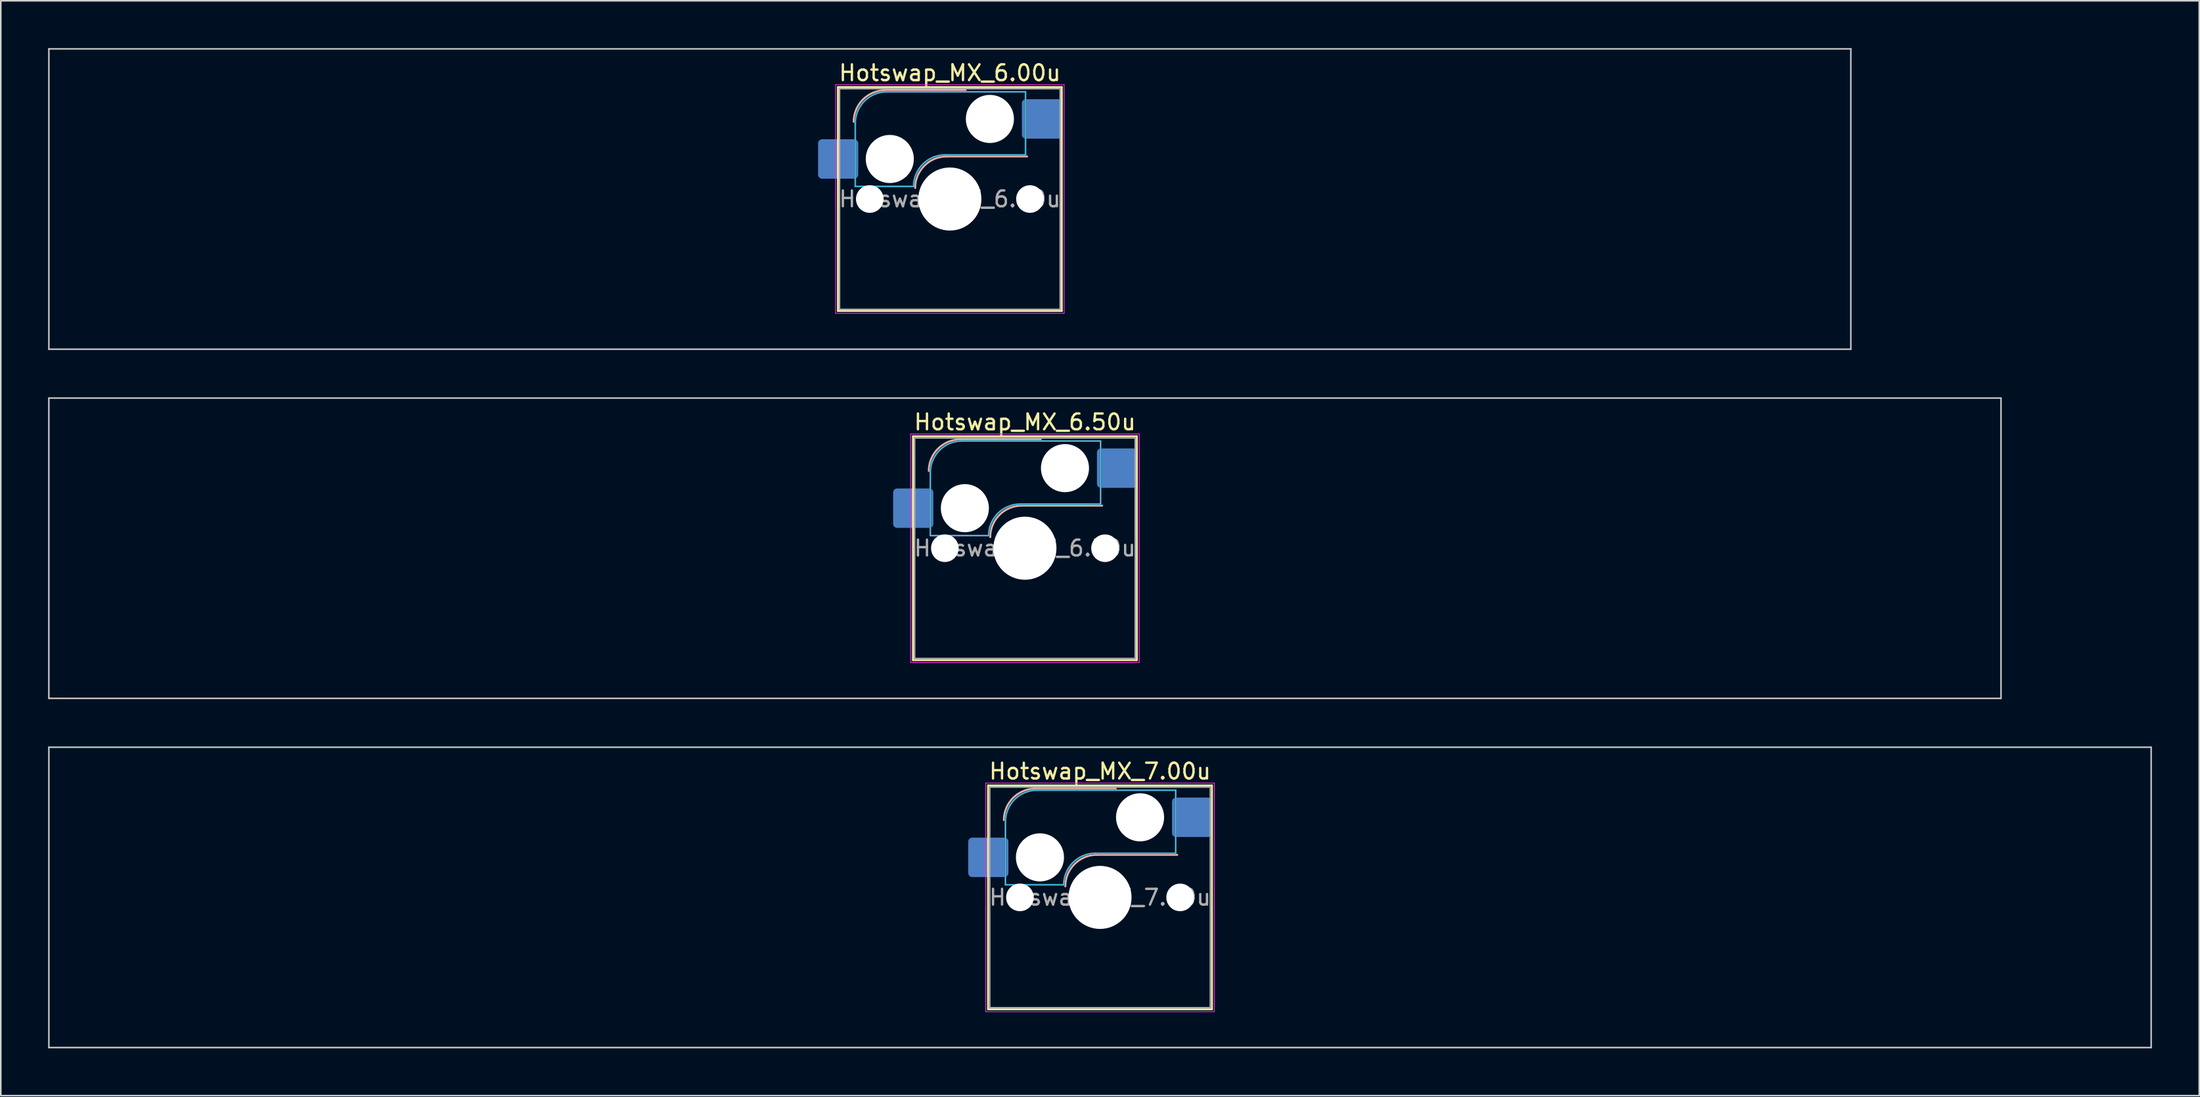
<source format=kicad_pcb>
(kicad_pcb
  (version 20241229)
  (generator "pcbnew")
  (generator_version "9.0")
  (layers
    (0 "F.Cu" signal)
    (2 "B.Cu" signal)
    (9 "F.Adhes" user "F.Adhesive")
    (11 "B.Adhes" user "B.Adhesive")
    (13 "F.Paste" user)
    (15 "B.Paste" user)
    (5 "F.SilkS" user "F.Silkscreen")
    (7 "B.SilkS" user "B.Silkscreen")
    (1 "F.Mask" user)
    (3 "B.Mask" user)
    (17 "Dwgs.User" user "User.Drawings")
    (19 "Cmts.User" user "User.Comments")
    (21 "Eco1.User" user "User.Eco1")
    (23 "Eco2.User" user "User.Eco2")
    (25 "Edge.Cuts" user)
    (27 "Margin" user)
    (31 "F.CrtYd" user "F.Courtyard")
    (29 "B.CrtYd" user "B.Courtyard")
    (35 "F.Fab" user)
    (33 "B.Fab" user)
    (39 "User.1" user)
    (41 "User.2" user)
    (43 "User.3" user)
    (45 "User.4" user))
  (footprint "Hotswap_MX_6.00u"
    (layer "F.Cu")
    (at 57.2 9.575)
    (property "Reference" "Hotswap_MX_6.00u" (at 0 -8 0) (layer "F.SilkS") (effects (font (size 1 1) (thickness 0.15))))
    (attr smd)
    (fp_line (start -7.1 -7.1) (end -7.1 7.1) (stroke (width 0.12) (type solid)) (layer "F.SilkS"))
    (fp_line (start -7.1 7.1) (end 7.1 7.1) (stroke (width 0.12) (type solid)) (layer "F.SilkS"))
    (fp_line (start 7.1 -7.1) (end -7.1 -7.1) (stroke (width 0.12) (type solid)) (layer "F.SilkS"))
    (fp_line (start 7.1 7.1) (end 7.1 -7.1) (stroke (width 0.12) (type solid)) (layer "F.SilkS"))
    (fp_line (start -4.1 -6.9) (end 1 -6.9) (stroke (width 0.12) (type solid)) (layer "B.SilkS"))
    (fp_line (start -0.2 -2.7) (end 4.9 -2.7) (stroke (width 0.12) (type solid)) (layer "B.SilkS"))
    (fp_arc (start -6.1 -4.9) (mid -5.514214 -6.314214) (end -4.1 -6.9) (stroke (width 0.12) (type solid)) (layer "B.SilkS"))
    (fp_arc (start -2.2 -0.7) (mid -1.614214 -2.114214) (end -0.2 -2.7) (stroke (width 0.12) (type solid)) (layer "B.SilkS"))
    (fp_line (start -57.15 -9.525) (end -57.15 9.525) (stroke (width 0.1) (type solid)) (layer "Dwgs.User"))
    (fp_line (start -57.15 9.525) (end 57.15 9.525) (stroke (width 0.1) (type solid)) (layer "Dwgs.User"))
    (fp_line (start 57.15 -9.525) (end -57.15 -9.525) (stroke (width 0.1) (type solid)) (layer "Dwgs.User"))
    (fp_line (start 57.15 9.525) (end 57.15 -9.525) (stroke (width 0.1) (type solid)) (layer "Dwgs.User"))
    (fp_line (start -7.8 -6) (end -7 -6) (stroke (width 0.1) (type solid)) (layer "Eco1.User"))
    (fp_line (start -7.8 -2.9) (end -7.8 -6) (stroke (width 0.1) (type solid)) (layer "Eco1.User"))
    (fp_line (start -7.8 2.9) (end -7 2.9) (stroke (width 0.1) (type solid)) (layer "Eco1.User"))
    (fp_line (start -7.8 6) (end -7.8 2.9) (stroke (width 0.1) (type solid)) (layer "Eco1.User"))
    (fp_line (start -7 -7) (end 7 -7) (stroke (width 0.1) (type solid)) (layer "Eco1.User"))
    (fp_line (start -7 -6) (end -7 -7) (stroke (width 0.1) (type solid)) (layer "Eco1.User"))
    (fp_line (start -7 -2.9) (end -7.8 -2.9) (stroke (width 0.1) (type solid)) (layer "Eco1.User"))
    (fp_line (start -7 2.9) (end -7 -2.9) (stroke (width 0.1) (type solid)) (layer "Eco1.User"))
    (fp_line (start -7 6) (end -7.8 6) (stroke (width 0.1) (type solid)) (layer "Eco1.User"))
    (fp_line (start -7 7) (end -7 6) (stroke (width 0.1) (type solid)) (layer "Eco1.User"))
    (fp_line (start 7 -7) (end 7 -6) (stroke (width 0.1) (type solid)) (layer "Eco1.User"))
    (fp_line (start 7 -6) (end 7.8 -6) (stroke (width 0.1) (type solid)) (layer "Eco1.User"))
    (fp_line (start 7 -2.9) (end 7 2.9) (stroke (width 0.1) (type solid)) (layer "Eco1.User"))
    (fp_line (start 7 2.9) (end 7.8 2.9) (stroke (width 0.1) (type solid)) (layer "Eco1.User"))
    (fp_line (start 7 6) (end 7 7) (stroke (width 0.1) (type solid)) (layer "Eco1.User"))
    (fp_line (start 7 7) (end -7 7) (stroke (width 0.1) (type solid)) (layer "Eco1.User"))
    (fp_line (start 7.8 -6) (end 7.8 -2.9) (stroke (width 0.1) (type solid)) (layer "Eco1.User"))
    (fp_line (start 7.8 -2.9) (end 7 -2.9) (stroke (width 0.1) (type solid)) (layer "Eco1.User"))
    (fp_line (start 7.8 2.9) (end 7.8 6) (stroke (width 0.1) (type solid)) (layer "Eco1.User"))
    (fp_line (start 7.8 6) (end 7 6) (stroke (width 0.1) (type solid)) (layer "Eco1.User"))
    (fp_line (start -6 -0.8) (end -6 -4.8) (stroke (width 0.05) (type solid)) (layer "B.CrtYd"))
    (fp_line (start -6 -0.8) (end -2.3 -0.8) (stroke (width 0.05) (type solid)) (layer "B.CrtYd"))
    (fp_line (start -4 -6.8) (end 4.8 -6.8) (stroke (width 0.05) (type solid)) (layer "B.CrtYd"))
    (fp_line (start -0.3 -2.8) (end 4.8 -2.8) (stroke (width 0.05) (type solid)) (layer "B.CrtYd"))
    (fp_line (start 4.8 -6.8) (end 4.8 -2.8) (stroke (width 0.05) (type solid)) (layer "B.CrtYd"))
    (fp_arc (start -6 -4.8) (mid -5.414214 -6.214214) (end -4 -6.8) (stroke (width 0.05) (type solid)) (layer "B.CrtYd"))
    (fp_arc (start -2.3 -0.8) (mid -1.714214 -2.214214) (end -0.3 -2.8) (stroke (width 0.05) (type solid)) (layer "B.CrtYd"))
    (fp_line (start -7.25 -7.25) (end -7.25 7.25) (stroke (width 0.05) (type solid)) (layer "F.CrtYd"))
    (fp_line (start -7.25 7.25) (end 7.25 7.25) (stroke (width 0.05) (type solid)) (layer "F.CrtYd"))
    (fp_line (start 7.25 -7.25) (end -7.25 -7.25) (stroke (width 0.05) (type solid)) (layer "F.CrtYd"))
    (fp_line (start 7.25 7.25) (end 7.25 -7.25) (stroke (width 0.05) (type solid)) (layer "F.CrtYd"))
    (fp_line (start -6 -0.8) (end -6 -4.8) (stroke (width 0.12) (type solid)) (layer "B.Fab"))
    (fp_line (start -6 -0.8) (end -2.3 -0.8) (stroke (width 0.12) (type solid)) (layer "B.Fab"))
    (fp_line (start -4 -6.8) (end 4.8 -6.8) (stroke (width 0.12) (type solid)) (layer "B.Fab"))
    (fp_line (start -0.3 -2.8) (end 4.8 -2.8) (stroke (width 0.12) (type solid)) (layer "B.Fab"))
    (fp_line (start 4.8 -6.8) (end 4.8 -2.8) (stroke (width 0.12) (type solid)) (layer "B.Fab"))
    (fp_arc (start -6 -4.8) (mid -5.414214 -6.214214) (end -4 -6.8) (stroke (width 0.12) (type solid)) (layer "B.Fab"))
    (fp_arc (start -2.3 -0.8) (mid -1.714214 -2.214214) (end -0.3 -2.8) (stroke (width 0.12) (type solid)) (layer "B.Fab"))
    (fp_line (start -7 -7) (end -7 7) (stroke (width 0.1) (type solid)) (layer "F.Fab"))
    (fp_line (start -7 7) (end 7 7) (stroke (width 0.1) (type solid)) (layer "F.Fab"))
    (fp_line (start 7 -7) (end -7 -7) (stroke (width 0.1) (type solid)) (layer "F.Fab"))
    (fp_line (start 7 7) (end 7 -7) (stroke (width 0.1) (type solid)) (layer "F.Fab"))
    (fp_text user "${REFERENCE}" (at 0 0 0) (layer "F.Fab") (effects (font (size 1 1) (thickness 0.15))))
    (pad "" np_thru_hole circle (at -5.08 0) (size 1.75 1.75) (drill 1.75) (layers "*.Cu" "*.Mask"))
    (pad "" np_thru_hole circle (at -3.81 -2.54) (size 3.05 3.05) (drill 3.05) (layers "*.Cu" "*.Mask"))
    (pad "" np_thru_hole circle (at 0 0) (size 4 4) (drill 4) (layers "*.Cu" "*.Mask"))
    (pad "" np_thru_hole circle (at 2.54 -5.08) (size 3.05 3.05) (drill 3.05) (layers "*.Cu" "*.Mask"))
    (pad "" np_thru_hole circle (at 5.08 0) (size 1.75 1.75) (drill 1.75) (layers "*.Cu" "*.Mask"))
    (pad "1" smd roundrect (at -7.085 -2.54) (size 2.55 2.5) (layers "B.Cu" "B.Mask" "B.Paste") (roundrect_rratio 0.1))
    (pad "2" smd roundrect (at 5.842 -5.08) (size 2.55 2.5) (layers "B.Cu" "B.Mask" "B.Paste") (roundrect_rratio 0.1)))
  (footprint "Hotswap_MX_6.50u"
    (layer "F.Cu")
    (at 61.962 31.725)
    (property "Reference" "Hotswap_MX_6.50u" (at 0 -8 0) (layer "F.SilkS") (effects (font (size 1 1) (thickness 0.15))))
    (attr smd)
    (fp_line (start -7.1 -7.1) (end -7.1 7.1) (stroke (width 0.12) (type solid)) (layer "F.SilkS"))
    (fp_line (start -7.1 7.1) (end 7.1 7.1) (stroke (width 0.12) (type solid)) (layer "F.SilkS"))
    (fp_line (start 7.1 -7.1) (end -7.1 -7.1) (stroke (width 0.12) (type solid)) (layer "F.SilkS"))
    (fp_line (start 7.1 7.1) (end 7.1 -7.1) (stroke (width 0.12) (type solid)) (layer "F.SilkS"))
    (fp_line (start -4.1 -6.9) (end 1 -6.9) (stroke (width 0.12) (type solid)) (layer "B.SilkS"))
    (fp_line (start -0.2 -2.7) (end 4.9 -2.7) (stroke (width 0.12) (type solid)) (layer "B.SilkS"))
    (fp_arc (start -6.1 -4.9) (mid -5.514214 -6.314214) (end -4.1 -6.9) (stroke (width 0.12) (type solid)) (layer "B.SilkS"))
    (fp_arc (start -2.2 -0.7) (mid -1.614214 -2.114214) (end -0.2 -2.7) (stroke (width 0.12) (type solid)) (layer "B.SilkS"))
    (fp_line (start -61.913 -9.525) (end -61.913 9.525) (stroke (width 0.1) (type solid)) (layer "Dwgs.User"))
    (fp_line (start -61.913 9.525) (end 61.913 9.525) (stroke (width 0.1) (type solid)) (layer "Dwgs.User"))
    (fp_line (start 61.913 -9.525) (end -61.913 -9.525) (stroke (width 0.1) (type solid)) (layer "Dwgs.User"))
    (fp_line (start 61.913 9.525) (end 61.913 -9.525) (stroke (width 0.1) (type solid)) (layer "Dwgs.User"))
    (fp_line (start -7.8 -6) (end -7 -6) (stroke (width 0.1) (type solid)) (layer "Eco1.User"))
    (fp_line (start -7.8 -2.9) (end -7.8 -6) (stroke (width 0.1) (type solid)) (layer "Eco1.User"))
    (fp_line (start -7.8 2.9) (end -7 2.9) (stroke (width 0.1) (type solid)) (layer "Eco1.User"))
    (fp_line (start -7.8 6) (end -7.8 2.9) (stroke (width 0.1) (type solid)) (layer "Eco1.User"))
    (fp_line (start -7 -7) (end 7 -7) (stroke (width 0.1) (type solid)) (layer "Eco1.User"))
    (fp_line (start -7 -6) (end -7 -7) (stroke (width 0.1) (type solid)) (layer "Eco1.User"))
    (fp_line (start -7 -2.9) (end -7.8 -2.9) (stroke (width 0.1) (type solid)) (layer "Eco1.User"))
    (fp_line (start -7 2.9) (end -7 -2.9) (stroke (width 0.1) (type solid)) (layer "Eco1.User"))
    (fp_line (start -7 6) (end -7.8 6) (stroke (width 0.1) (type solid)) (layer "Eco1.User"))
    (fp_line (start -7 7) (end -7 6) (stroke (width 0.1) (type solid)) (layer "Eco1.User"))
    (fp_line (start 7 -7) (end 7 -6) (stroke (width 0.1) (type solid)) (layer "Eco1.User"))
    (fp_line (start 7 -6) (end 7.8 -6) (stroke (width 0.1) (type solid)) (layer "Eco1.User"))
    (fp_line (start 7 -2.9) (end 7 2.9) (stroke (width 0.1) (type solid)) (layer "Eco1.User"))
    (fp_line (start 7 2.9) (end 7.8 2.9) (stroke (width 0.1) (type solid)) (layer "Eco1.User"))
    (fp_line (start 7 6) (end 7 7) (stroke (width 0.1) (type solid)) (layer "Eco1.User"))
    (fp_line (start 7 7) (end -7 7) (stroke (width 0.1) (type solid)) (layer "Eco1.User"))
    (fp_line (start 7.8 -6) (end 7.8 -2.9) (stroke (width 0.1) (type solid)) (layer "Eco1.User"))
    (fp_line (start 7.8 -2.9) (end 7 -2.9) (stroke (width 0.1) (type solid)) (layer "Eco1.User"))
    (fp_line (start 7.8 2.9) (end 7.8 6) (stroke (width 0.1) (type solid)) (layer "Eco1.User"))
    (fp_line (start 7.8 6) (end 7 6) (stroke (width 0.1) (type solid)) (layer "Eco1.User"))
    (fp_line (start -6 -0.8) (end -6 -4.8) (stroke (width 0.05) (type solid)) (layer "B.CrtYd"))
    (fp_line (start -6 -0.8) (end -2.3 -0.8) (stroke (width 0.05) (type solid)) (layer "B.CrtYd"))
    (fp_line (start -4 -6.8) (end 4.8 -6.8) (stroke (width 0.05) (type solid)) (layer "B.CrtYd"))
    (fp_line (start -0.3 -2.8) (end 4.8 -2.8) (stroke (width 0.05) (type solid)) (layer "B.CrtYd"))
    (fp_line (start 4.8 -6.8) (end 4.8 -2.8) (stroke (width 0.05) (type solid)) (layer "B.CrtYd"))
    (fp_arc (start -6 -4.8) (mid -5.414214 -6.214214) (end -4 -6.8) (stroke (width 0.05) (type solid)) (layer "B.CrtYd"))
    (fp_arc (start -2.3 -0.8) (mid -1.714214 -2.214214) (end -0.3 -2.8) (stroke (width 0.05) (type solid)) (layer "B.CrtYd"))
    (fp_line (start -7.25 -7.25) (end -7.25 7.25) (stroke (width 0.05) (type solid)) (layer "F.CrtYd"))
    (fp_line (start -7.25 7.25) (end 7.25 7.25) (stroke (width 0.05) (type solid)) (layer "F.CrtYd"))
    (fp_line (start 7.25 -7.25) (end -7.25 -7.25) (stroke (width 0.05) (type solid)) (layer "F.CrtYd"))
    (fp_line (start 7.25 7.25) (end 7.25 -7.25) (stroke (width 0.05) (type solid)) (layer "F.CrtYd"))
    (fp_line (start -6 -0.8) (end -6 -4.8) (stroke (width 0.12) (type solid)) (layer "B.Fab"))
    (fp_line (start -6 -0.8) (end -2.3 -0.8) (stroke (width 0.12) (type solid)) (layer "B.Fab"))
    (fp_line (start -4 -6.8) (end 4.8 -6.8) (stroke (width 0.12) (type solid)) (layer "B.Fab"))
    (fp_line (start -0.3 -2.8) (end 4.8 -2.8) (stroke (width 0.12) (type solid)) (layer "B.Fab"))
    (fp_line (start 4.8 -6.8) (end 4.8 -2.8) (stroke (width 0.12) (type solid)) (layer "B.Fab"))
    (fp_arc (start -6 -4.8) (mid -5.414214 -6.214214) (end -4 -6.8) (stroke (width 0.12) (type solid)) (layer "B.Fab"))
    (fp_arc (start -2.3 -0.8) (mid -1.714214 -2.214214) (end -0.3 -2.8) (stroke (width 0.12) (type solid)) (layer "B.Fab"))
    (fp_line (start -7 -7) (end -7 7) (stroke (width 0.1) (type solid)) (layer "F.Fab"))
    (fp_line (start -7 7) (end 7 7) (stroke (width 0.1) (type solid)) (layer "F.Fab"))
    (fp_line (start 7 -7) (end -7 -7) (stroke (width 0.1) (type solid)) (layer "F.Fab"))
    (fp_line (start 7 7) (end 7 -7) (stroke (width 0.1) (type solid)) (layer "F.Fab"))
    (fp_text user "${REFERENCE}" (at 0 0 0) (layer "F.Fab") (effects (font (size 1 1) (thickness 0.15))))
    (pad "" np_thru_hole circle (at -5.08 0) (size 1.75 1.75) (drill 1.75) (layers "*.Cu" "*.Mask"))
    (pad "" np_thru_hole circle (at -3.81 -2.54) (size 3.05 3.05) (drill 3.05) (layers "*.Cu" "*.Mask"))
    (pad "" np_thru_hole circle (at 0 0) (size 4 4) (drill 4) (layers "*.Cu" "*.Mask"))
    (pad "" np_thru_hole circle (at 2.54 -5.08) (size 3.05 3.05) (drill 3.05) (layers "*.Cu" "*.Mask"))
    (pad "" np_thru_hole circle (at 5.08 0) (size 1.75 1.75) (drill 1.75) (layers "*.Cu" "*.Mask"))
    (pad "1" smd roundrect (at -7.085 -2.54) (size 2.55 2.5) (layers "B.Cu" "B.Mask" "B.Paste") (roundrect_rratio 0.1))
    (pad "2" smd roundrect (at 5.842 -5.08) (size 2.55 2.5) (layers "B.Cu" "B.Mask" "B.Paste") (roundrect_rratio 0.1)))
  (footprint "Hotswap_MX_7.00u"
    (layer "F.Cu")
    (at 66.725 53.875)
    (property "Reference" "Hotswap_MX_7.00u" (at 0 -8 0) (layer "F.SilkS") (effects (font (size 1 1) (thickness 0.15))))
    (attr smd)
    (fp_line (start -7.1 -7.1) (end -7.1 7.1) (stroke (width 0.12) (type solid)) (layer "F.SilkS"))
    (fp_line (start -7.1 7.1) (end 7.1 7.1) (stroke (width 0.12) (type solid)) (layer "F.SilkS"))
    (fp_line (start 7.1 -7.1) (end -7.1 -7.1) (stroke (width 0.12) (type solid)) (layer "F.SilkS"))
    (fp_line (start 7.1 7.1) (end 7.1 -7.1) (stroke (width 0.12) (type solid)) (layer "F.SilkS"))
    (fp_line (start -4.1 -6.9) (end 1 -6.9) (stroke (width 0.12) (type solid)) (layer "B.SilkS"))
    (fp_line (start -0.2 -2.7) (end 4.9 -2.7) (stroke (width 0.12) (type solid)) (layer "B.SilkS"))
    (fp_arc (start -6.1 -4.9) (mid -5.514214 -6.314214) (end -4.1 -6.9) (stroke (width 0.12) (type solid)) (layer "B.SilkS"))
    (fp_arc (start -2.2 -0.7) (mid -1.614214 -2.114214) (end -0.2 -2.7) (stroke (width 0.12) (type solid)) (layer "B.SilkS"))
    (fp_line (start -66.675 -9.525) (end -66.675 9.525) (stroke (width 0.1) (type solid)) (layer "Dwgs.User"))
    (fp_line (start -66.675 9.525) (end 66.675 9.525) (stroke (width 0.1) (type solid)) (layer "Dwgs.User"))
    (fp_line (start 66.675 -9.525) (end -66.675 -9.525) (stroke (width 0.1) (type solid)) (layer "Dwgs.User"))
    (fp_line (start 66.675 9.525) (end 66.675 -9.525) (stroke (width 0.1) (type solid)) (layer "Dwgs.User"))
    (fp_line (start -7.8 -6) (end -7 -6) (stroke (width 0.1) (type solid)) (layer "Eco1.User"))
    (fp_line (start -7.8 -2.9) (end -7.8 -6) (stroke (width 0.1) (type solid)) (layer "Eco1.User"))
    (fp_line (start -7.8 2.9) (end -7 2.9) (stroke (width 0.1) (type solid)) (layer "Eco1.User"))
    (fp_line (start -7.8 6) (end -7.8 2.9) (stroke (width 0.1) (type solid)) (layer "Eco1.User"))
    (fp_line (start -7 -7) (end 7 -7) (stroke (width 0.1) (type solid)) (layer "Eco1.User"))
    (fp_line (start -7 -6) (end -7 -7) (stroke (width 0.1) (type solid)) (layer "Eco1.User"))
    (fp_line (start -7 -2.9) (end -7.8 -2.9) (stroke (width 0.1) (type solid)) (layer "Eco1.User"))
    (fp_line (start -7 2.9) (end -7 -2.9) (stroke (width 0.1) (type solid)) (layer "Eco1.User"))
    (fp_line (start -7 6) (end -7.8 6) (stroke (width 0.1) (type solid)) (layer "Eco1.User"))
    (fp_line (start -7 7) (end -7 6) (stroke (width 0.1) (type solid)) (layer "Eco1.User"))
    (fp_line (start 7 -7) (end 7 -6) (stroke (width 0.1) (type solid)) (layer "Eco1.User"))
    (fp_line (start 7 -6) (end 7.8 -6) (stroke (width 0.1) (type solid)) (layer "Eco1.User"))
    (fp_line (start 7 -2.9) (end 7 2.9) (stroke (width 0.1) (type solid)) (layer "Eco1.User"))
    (fp_line (start 7 2.9) (end 7.8 2.9) (stroke (width 0.1) (type solid)) (layer "Eco1.User"))
    (fp_line (start 7 6) (end 7 7) (stroke (width 0.1) (type solid)) (layer "Eco1.User"))
    (fp_line (start 7 7) (end -7 7) (stroke (width 0.1) (type solid)) (layer "Eco1.User"))
    (fp_line (start 7.8 -6) (end 7.8 -2.9) (stroke (width 0.1) (type solid)) (layer "Eco1.User"))
    (fp_line (start 7.8 -2.9) (end 7 -2.9) (stroke (width 0.1) (type solid)) (layer "Eco1.User"))
    (fp_line (start 7.8 2.9) (end 7.8 6) (stroke (width 0.1) (type solid)) (layer "Eco1.User"))
    (fp_line (start 7.8 6) (end 7 6) (stroke (width 0.1) (type solid)) (layer "Eco1.User"))
    (fp_line (start -6 -0.8) (end -6 -4.8) (stroke (width 0.05) (type solid)) (layer "B.CrtYd"))
    (fp_line (start -6 -0.8) (end -2.3 -0.8) (stroke (width 0.05) (type solid)) (layer "B.CrtYd"))
    (fp_line (start -4 -6.8) (end 4.8 -6.8) (stroke (width 0.05) (type solid)) (layer "B.CrtYd"))
    (fp_line (start -0.3 -2.8) (end 4.8 -2.8) (stroke (width 0.05) (type solid)) (layer "B.CrtYd"))
    (fp_line (start 4.8 -6.8) (end 4.8 -2.8) (stroke (width 0.05) (type solid)) (layer "B.CrtYd"))
    (fp_arc (start -6 -4.8) (mid -5.414214 -6.214214) (end -4 -6.8) (stroke (width 0.05) (type solid)) (layer "B.CrtYd"))
    (fp_arc (start -2.3 -0.8) (mid -1.714214 -2.214214) (end -0.3 -2.8) (stroke (width 0.05) (type solid)) (layer "B.CrtYd"))
    (fp_line (start -7.25 -7.25) (end -7.25 7.25) (stroke (width 0.05) (type solid)) (layer "F.CrtYd"))
    (fp_line (start -7.25 7.25) (end 7.25 7.25) (stroke (width 0.05) (type solid)) (layer "F.CrtYd"))
    (fp_line (start 7.25 -7.25) (end -7.25 -7.25) (stroke (width 0.05) (type solid)) (layer "F.CrtYd"))
    (fp_line (start 7.25 7.25) (end 7.25 -7.25) (stroke (width 0.05) (type solid)) (layer "F.CrtYd"))
    (fp_line (start -6 -0.8) (end -6 -4.8) (stroke (width 0.12) (type solid)) (layer "B.Fab"))
    (fp_line (start -6 -0.8) (end -2.3 -0.8) (stroke (width 0.12) (type solid)) (layer "B.Fab"))
    (fp_line (start -4 -6.8) (end 4.8 -6.8) (stroke (width 0.12) (type solid)) (layer "B.Fab"))
    (fp_line (start -0.3 -2.8) (end 4.8 -2.8) (stroke (width 0.12) (type solid)) (layer "B.Fab"))
    (fp_line (start 4.8 -6.8) (end 4.8 -2.8) (stroke (width 0.12) (type solid)) (layer "B.Fab"))
    (fp_arc (start -6 -4.8) (mid -5.414214 -6.214214) (end -4 -6.8) (stroke (width 0.12) (type solid)) (layer "B.Fab"))
    (fp_arc (start -2.3 -0.8) (mid -1.714214 -2.214214) (end -0.3 -2.8) (stroke (width 0.12) (type solid)) (layer "B.Fab"))
    (fp_line (start -7 -7) (end -7 7) (stroke (width 0.1) (type solid)) (layer "F.Fab"))
    (fp_line (start -7 7) (end 7 7) (stroke (width 0.1) (type solid)) (layer "F.Fab"))
    (fp_line (start 7 -7) (end -7 -7) (stroke (width 0.1) (type solid)) (layer "F.Fab"))
    (fp_line (start 7 7) (end 7 -7) (stroke (width 0.1) (type solid)) (layer "F.Fab"))
    (fp_text user "${REFERENCE}" (at 0 0 0) (layer "F.Fab") (effects (font (size 1 1) (thickness 0.15))))
    (pad "" np_thru_hole circle (at -5.08 0) (size 1.75 1.75) (drill 1.75) (layers "*.Cu" "*.Mask"))
    (pad "" np_thru_hole circle (at -3.81 -2.54) (size 3.05 3.05) (drill 3.05) (layers "*.Cu" "*.Mask"))
    (pad "" np_thru_hole circle (at 0 0) (size 4 4) (drill 4) (layers "*.Cu" "*.Mask"))
    (pad "" np_thru_hole circle (at 2.54 -5.08) (size 3.05 3.05) (drill 3.05) (layers "*.Cu" "*.Mask"))
    (pad "" np_thru_hole circle (at 5.08 0) (size 1.75 1.75) (drill 1.75) (layers "*.Cu" "*.Mask"))
    (pad "1" smd roundrect (at -7.085 -2.54) (size 2.55 2.5) (layers "B.Cu" "B.Mask" "B.Paste") (roundrect_rratio 0.1))
    (pad "2" smd roundrect (at 5.842 -5.08) (size 2.55 2.5) (layers "B.Cu" "B.Mask" "B.Paste") (roundrect_rratio 0.1)))
  (gr_rect
    (start -3 -3)
    (end 136.45 66.45)
    (stroke (width 0.1) (type default))
    (fill no)
    (layer "Edge.Cuts")))
</source>
